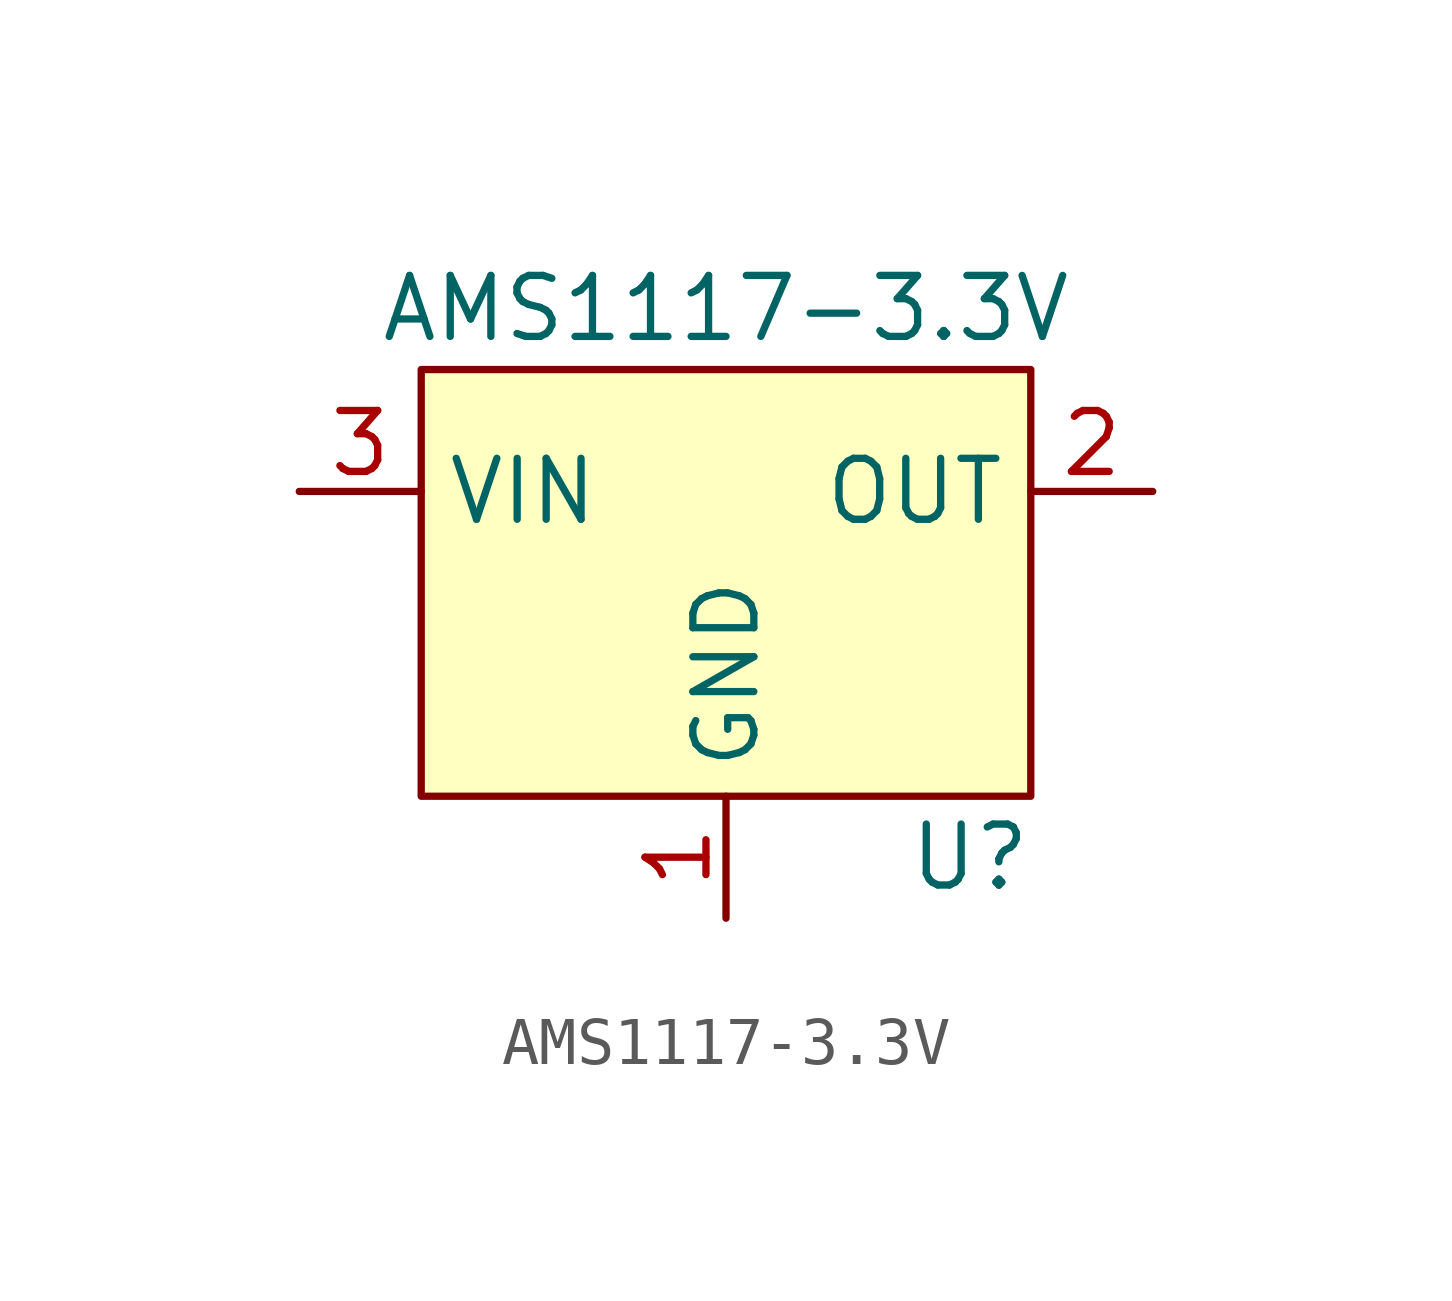
<source format=kicad_sym>
(kicad_symbol_lib
  (version 20211014)
  (generator kicad_symbol_editor)
  (symbol "AMS1117-3.3V"
    (property "Reference" "U"
      (at 5.08 -7.62 0)
      (effects (font (size 1.27 1.27))))
    (property "Value" "AMS1117-3.3V"
      (at 0 3.81 0)
      (effects (font (size 1.27 1.27))))
    (symbol "AMS1117-3.3V_0_1"
      (rectangle (start -6.35 2.54) (end 6.35 -6.35) (stroke (width 0) (type default) (color 0 0 0 0)) (fill (type background))))
    (symbol "AMS1117-3.3V_1_1"
      (pin input line (at 0 -8.89 90) (length 2.54) (name "GND" (effects (font (size 1.27 1.27)))) (number "1" (effects (font (size 1.27 1.27)))))
      (pin power_in line (at 8.89 0 180) (length 2.54) (name "OUT" (effects (font (size 1.27 1.27)))) (number "2" (effects (font (size 1.27 1.27)))))
      (pin power_in line (at -8.89 0 0) (length 2.54) (name "VIN" (effects (font (size 1.27 1.27)))) (number "3" (effects (font (size 1.27 1.27))))))))
</source>
